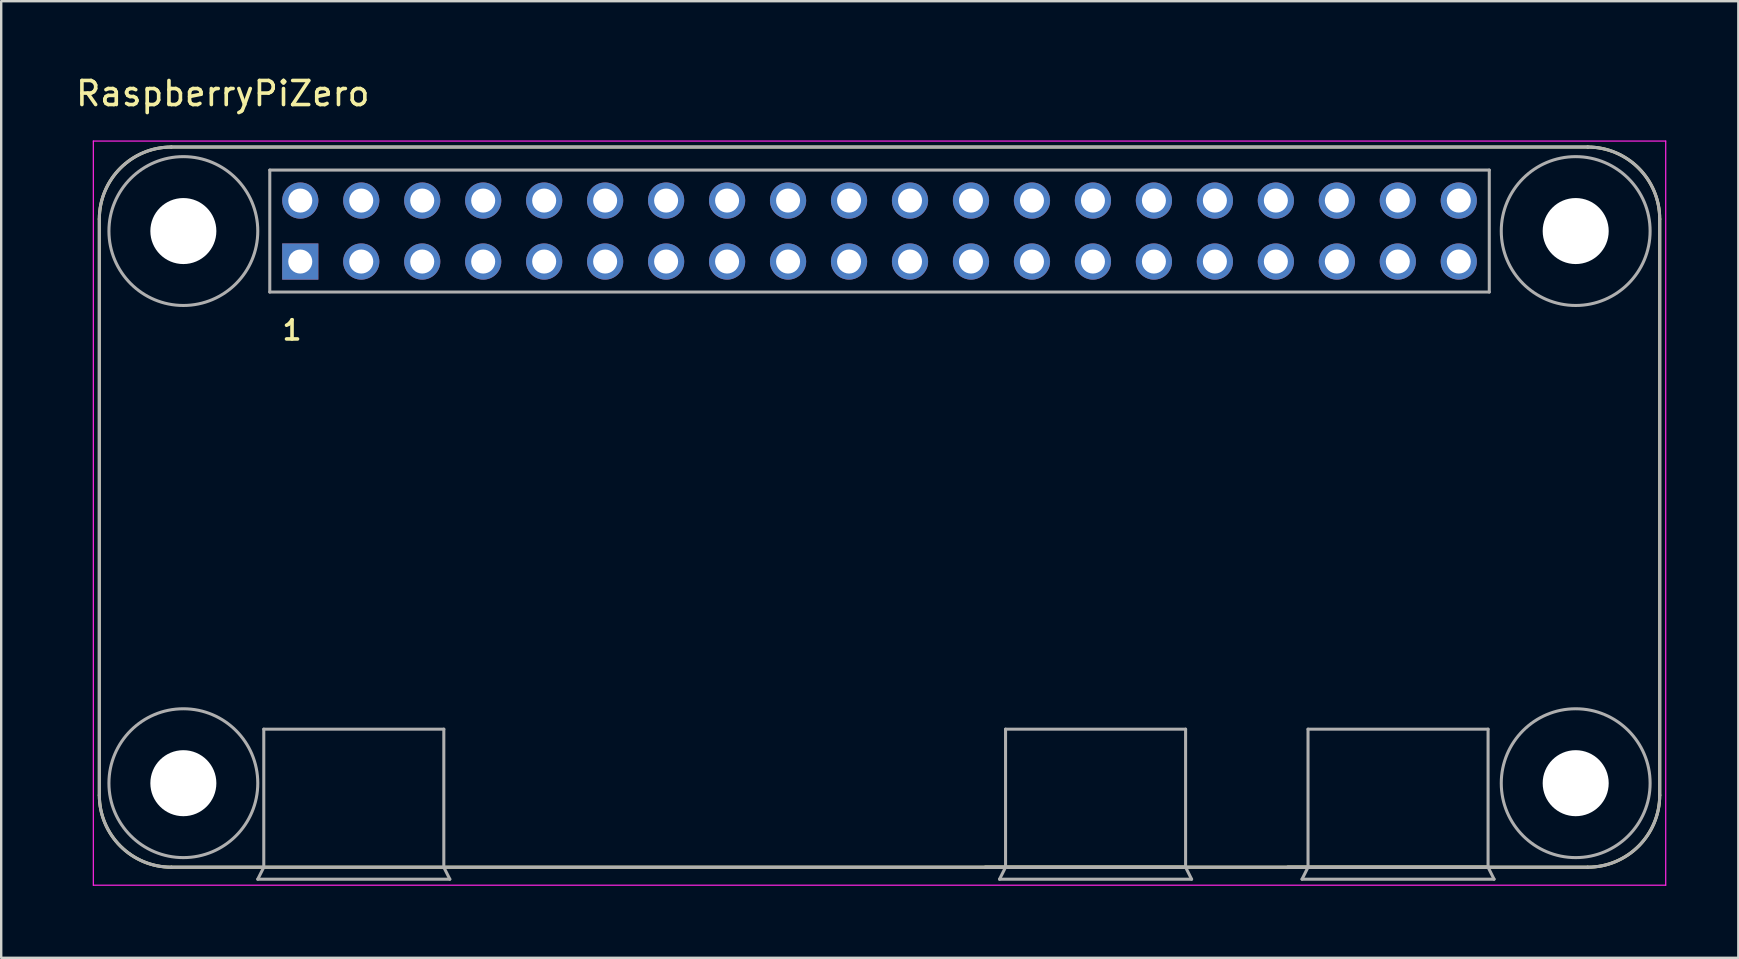
<source format=kicad_pcb>
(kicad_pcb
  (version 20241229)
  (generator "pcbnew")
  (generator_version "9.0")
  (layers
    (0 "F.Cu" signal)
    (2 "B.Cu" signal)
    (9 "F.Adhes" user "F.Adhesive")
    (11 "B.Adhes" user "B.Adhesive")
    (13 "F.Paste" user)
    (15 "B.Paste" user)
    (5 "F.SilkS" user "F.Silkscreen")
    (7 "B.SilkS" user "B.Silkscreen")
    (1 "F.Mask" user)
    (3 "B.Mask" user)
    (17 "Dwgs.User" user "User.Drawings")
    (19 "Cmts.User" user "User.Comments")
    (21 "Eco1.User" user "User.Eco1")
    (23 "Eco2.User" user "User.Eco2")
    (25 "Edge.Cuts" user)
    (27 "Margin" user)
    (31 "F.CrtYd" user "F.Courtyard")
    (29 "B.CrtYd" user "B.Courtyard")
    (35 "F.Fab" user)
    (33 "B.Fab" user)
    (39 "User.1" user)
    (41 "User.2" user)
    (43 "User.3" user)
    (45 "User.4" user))
  (footprint "RaspberryPiZero"
    (layer "F.Cu")
    (at 33.588 6.575)
    (property "Reference" "RaspberryPiZero" (at -27.357 -5.726 0) (layer "F.SilkS") (effects (font (size 1.002 1.002) (thickness 0.15))))
    (attr through_hole)
    (fp_line (start -32.5 -0.5) (end -32.5 23.5) (stroke (width 0.127) (type solid)) (layer "F.SilkS"))
    (fp_line (start -29.5 26.5) (end 29.5 26.5) (stroke (width 0.127) (type solid)) (layer "F.SilkS"))
    (fp_line (start 4.4 26.5) (end 12.75 26.5) (stroke (width 0.127) (type solid)) (layer "F.SilkS"))
    (fp_line (start 17 26.5) (end 25.35 26.5) (stroke (width 0.127) (type solid)) (layer "F.SilkS"))
    (fp_line (start 29.5 -3.5) (end -29.5 -3.5) (stroke (width 0.127) (type solid)) (layer "F.SilkS"))
    (fp_line (start 32.5 23.5) (end 32.5 -0.5) (stroke (width 0.127) (type solid)) (layer "F.SilkS"))
    (fp_arc (start -32.5 -0.5) (mid -31.62132 -2.62132) (end -29.5 -3.5) (stroke (width 0.127) (type solid)) (layer "F.SilkS"))
    (fp_arc (start -29.5 26.5) (mid -31.62132 25.62132) (end -32.5 23.5) (stroke (width 0.127) (type solid)) (layer "F.SilkS"))
    (fp_arc (start 29.5 -3.5) (mid 31.62132 -2.62132) (end 32.5 -0.5) (stroke (width 0.127) (type solid)) (layer "F.SilkS"))
    (fp_arc (start 32.5 23.5) (mid 31.62132 25.62132) (end 29.5 26.5) (stroke (width 0.127) (type solid)) (layer "F.SilkS"))
    (fp_line (start -32.75 -3.75) (end 32.75 -3.75) (stroke (width 0.05) (type solid)) (layer "F.CrtYd"))
    (fp_line (start -32.75 27.25) (end -32.75 -3.75) (stroke (width 0.05) (type solid)) (layer "F.CrtYd"))
    (fp_line (start 32.75 -3.75) (end 32.75 27.25) (stroke (width 0.05) (type solid)) (layer "F.CrtYd"))
    (fp_line (start 32.75 27.25) (end -32.75 27.25) (stroke (width 0.05) (type solid)) (layer "F.CrtYd"))
    (fp_line (start -32.5 -0.5) (end -32.5 23.5) (stroke (width 0.127) (type solid)) (layer "F.Fab"))
    (fp_line (start -29.5 26.5) (end -25.65 26.5) (stroke (width 0.127) (type solid)) (layer "F.Fab"))
    (fp_line (start -25.9 27) (end -17.9 27) (stroke (width 0.127) (type solid)) (layer "F.Fab"))
    (fp_line (start -25.65 20.75) (end -18.15 20.75) (stroke (width 0.127) (type solid)) (layer "F.Fab"))
    (fp_line (start -25.65 26.5) (end -25.9 27) (stroke (width 0.127) (type solid)) (layer "F.Fab"))
    (fp_line (start -25.65 26.5) (end -25.65 20.75) (stroke (width 0.127) (type solid)) (layer "F.Fab"))
    (fp_line (start -25.65 26.5) (end -18.15 26.5) (stroke (width 0.127) (type solid)) (layer "F.Fab"))
    (fp_line (start -25.4 -2.54) (end -25.4 2.54) (stroke (width 0.127) (type solid)) (layer "F.Fab"))
    (fp_line (start -25.4 2.54) (end 25.4 2.54) (stroke (width 0.127) (type solid)) (layer "F.Fab"))
    (fp_line (start -18.15 20.75) (end -18.15 26.5) (stroke (width 0.127) (type solid)) (layer "F.Fab"))
    (fp_line (start -18.15 26.5) (end 29.5 26.5) (stroke (width 0.127) (type solid)) (layer "F.Fab"))
    (fp_line (start -17.9 27) (end -18.15 26.5) (stroke (width 0.127) (type solid)) (layer "F.Fab"))
    (fp_line (start 4.4 26.5) (end 5.25 26.5) (stroke (width 0.127) (type solid)) (layer "F.Fab"))
    (fp_line (start 5 27) (end 13 27) (stroke (width 0.127) (type solid)) (layer "F.Fab"))
    (fp_line (start 5.25 20.75) (end 12.75 20.75) (stroke (width 0.127) (type solid)) (layer "F.Fab"))
    (fp_line (start 5.25 26.5) (end 5 27) (stroke (width 0.127) (type solid)) (layer "F.Fab"))
    (fp_line (start 5.25 26.5) (end 5.25 20.75) (stroke (width 0.127) (type solid)) (layer "F.Fab"))
    (fp_line (start 5.25 26.5) (end 12.75 26.5) (stroke (width 0.127) (type solid)) (layer "F.Fab"))
    (fp_line (start 12.75 20.75) (end 12.75 26.5) (stroke (width 0.127) (type solid)) (layer "F.Fab"))
    (fp_line (start 13 27) (end 12.75 26.5) (stroke (width 0.127) (type solid)) (layer "F.Fab"))
    (fp_line (start 17 26.5) (end 17.85 26.5) (stroke (width 0.127) (type solid)) (layer "F.Fab"))
    (fp_line (start 17.6 27) (end 25.6 27) (stroke (width 0.127) (type solid)) (layer "F.Fab"))
    (fp_line (start 17.85 20.75) (end 25.35 20.75) (stroke (width 0.127) (type solid)) (layer "F.Fab"))
    (fp_line (start 17.85 26.5) (end 17.6 27) (stroke (width 0.127) (type solid)) (layer "F.Fab"))
    (fp_line (start 17.85 26.5) (end 17.85 20.75) (stroke (width 0.127) (type solid)) (layer "F.Fab"))
    (fp_line (start 17.85 26.5) (end 25.35 26.5) (stroke (width 0.127) (type solid)) (layer "F.Fab"))
    (fp_line (start 25.35 20.75) (end 25.35 26.5) (stroke (width 0.127) (type solid)) (layer "F.Fab"))
    (fp_line (start 25.4 -2.54) (end -25.4 -2.54) (stroke (width 0.127) (type solid)) (layer "F.Fab"))
    (fp_line (start 25.4 2.54) (end 25.4 -2.54) (stroke (width 0.127) (type solid)) (layer "F.Fab"))
    (fp_line (start 25.6 27) (end 25.35 26.5) (stroke (width 0.127) (type solid)) (layer "F.Fab"))
    (fp_line (start 29.5 -3.5) (end -29.5 -3.5) (stroke (width 0.127) (type solid)) (layer "F.Fab"))
    (fp_line (start 32.5 23.5) (end 32.5 -0.5) (stroke (width 0.127) (type solid)) (layer "F.Fab"))
    (fp_arc (start -32.5 -0.5) (mid -31.62132 -2.62132) (end -29.5 -3.5) (stroke (width 0.127) (type solid)) (layer "F.Fab"))
    (fp_arc (start -29.5 26.5) (mid -31.62132 25.62132) (end -32.5 23.5) (stroke (width 0.127) (type solid)) (layer "F.Fab"))
    (fp_arc (start 29.5 -3.5) (mid 31.62132 -2.62132) (end 32.5 -0.5) (stroke (width 0.127) (type solid)) (layer "F.Fab"))
    (fp_arc (start 32.5 23.5) (mid 31.62132 25.62132) (end 29.5 26.5) (stroke (width 0.127) (type solid)) (layer "F.Fab"))
    (fp_circle (center -29 0) (end -25.9 0) (stroke (width 0.127) (type solid)) (fill no) (layer "F.Fab"))
    (fp_circle (center -29 23) (end -25.9 23) (stroke (width 0.127) (type solid)) (fill no) (layer "F.Fab"))
    (fp_circle (center 29 0) (end 32.1 0) (stroke (width 0.127) (type solid)) (fill no) (layer "F.Fab"))
    (fp_circle (center 29 23) (end 32.1 23) (stroke (width 0.127) (type solid)) (fill no) (layer "F.Fab"))
    (fp_text user "1" (at -24.473 4.132 0) (layer "F.SilkS") (effects (font (size 0.801 0.801) (thickness 0.15))))
    (pad "" np_thru_hole circle (at -29 0) (size 2.75 2.75) (drill 2.75) (layers "*.Cu" "*.Mask"))
    (pad "" np_thru_hole circle (at -29 23) (size 2.75 2.75) (drill 2.75) (layers "*.Cu" "*.Mask"))
    (pad "" np_thru_hole circle (at 29 0) (size 2.75 2.75) (drill 2.75) (layers "*.Cu" "*.Mask"))
    (pad "" np_thru_hole circle (at 29 23) (size 2.75 2.75) (drill 2.75) (layers "*.Cu" "*.Mask"))
    (pad "1" thru_hole rect (at -24.13 1.27) (size 1.508 1.508) (drill 1) (layers "*.Cu" "*.Mask"))
    (pad "2" thru_hole circle (at -24.13 -1.27) (size 1.508 1.508) (drill 1) (layers "*.Cu" "*.Mask"))
    (pad "3" thru_hole circle (at -21.59 1.27) (size 1.508 1.508) (drill 1) (layers "*.Cu" "*.Mask"))
    (pad "4" thru_hole circle (at -21.59 -1.27) (size 1.508 1.508) (drill 1) (layers "*.Cu" "*.Mask"))
    (pad "5" thru_hole circle (at -19.05 1.27) (size 1.508 1.508) (drill 1) (layers "*.Cu" "*.Mask"))
    (pad "6" thru_hole circle (at -19.05 -1.27) (size 1.508 1.508) (drill 1) (layers "*.Cu" "*.Mask"))
    (pad "7" thru_hole circle (at -16.51 1.27) (size 1.508 1.508) (drill 1) (layers "*.Cu" "*.Mask"))
    (pad "8" thru_hole circle (at -16.51 -1.27) (size 1.508 1.508) (drill 1) (layers "*.Cu" "*.Mask"))
    (pad "9" thru_hole circle (at -13.97 1.27) (size 1.508 1.508) (drill 1) (layers "*.Cu" "*.Mask"))
    (pad "10" thru_hole circle (at -13.97 -1.27) (size 1.508 1.508) (drill 1) (layers "*.Cu" "*.Mask"))
    (pad "11" thru_hole circle (at -11.43 1.27) (size 1.508 1.508) (drill 1) (layers "*.Cu" "*.Mask"))
    (pad "12" thru_hole circle (at -11.43 -1.27) (size 1.508 1.508) (drill 1) (layers "*.Cu" "*.Mask"))
    (pad "13" thru_hole circle (at -8.89 1.27) (size 1.508 1.508) (drill 1) (layers "*.Cu" "*.Mask"))
    (pad "14" thru_hole circle (at -8.89 -1.27) (size 1.508 1.508) (drill 1) (layers "*.Cu" "*.Mask"))
    (pad "15" thru_hole circle (at -6.35 1.27) (size 1.508 1.508) (drill 1) (layers "*.Cu" "*.Mask"))
    (pad "16" thru_hole circle (at -6.35 -1.27) (size 1.508 1.508) (drill 1) (layers "*.Cu" "*.Mask"))
    (pad "17" thru_hole circle (at -3.81 1.27) (size 1.508 1.508) (drill 1) (layers "*.Cu" "*.Mask"))
    (pad "18" thru_hole circle (at -3.81 -1.27) (size 1.508 1.508) (drill 1) (layers "*.Cu" "*.Mask"))
    (pad "19" thru_hole circle (at -1.27 1.27) (size 1.508 1.508) (drill 1) (layers "*.Cu" "*.Mask"))
    (pad "20" thru_hole circle (at -1.27 -1.27) (size 1.508 1.508) (drill 1) (layers "*.Cu" "*.Mask"))
    (pad "21" thru_hole circle (at 1.27 1.27) (size 1.508 1.508) (drill 1) (layers "*.Cu" "*.Mask"))
    (pad "22" thru_hole circle (at 1.27 -1.27) (size 1.508 1.508) (drill 1) (layers "*.Cu" "*.Mask"))
    (pad "23" thru_hole circle (at 3.81 1.27) (size 1.508 1.508) (drill 1) (layers "*.Cu" "*.Mask"))
    (pad "24" thru_hole circle (at 3.81 -1.27) (size 1.508 1.508) (drill 1) (layers "*.Cu" "*.Mask"))
    (pad "25" thru_hole circle (at 6.35 1.27) (size 1.508 1.508) (drill 1) (layers "*.Cu" "*.Mask"))
    (pad "26" thru_hole circle (at 6.35 -1.27) (size 1.508 1.508) (drill 1) (layers "*.Cu" "*.Mask"))
    (pad "27" thru_hole circle (at 8.89 1.27) (size 1.508 1.508) (drill 1) (layers "*.Cu" "*.Mask"))
    (pad "28" thru_hole circle (at 8.89 -1.27) (size 1.508 1.508) (drill 1) (layers "*.Cu" "*.Mask"))
    (pad "29" thru_hole circle (at 11.43 1.27) (size 1.508 1.508) (drill 1) (layers "*.Cu" "*.Mask"))
    (pad "30" thru_hole circle (at 11.43 -1.27) (size 1.508 1.508) (drill 1) (layers "*.Cu" "*.Mask"))
    (pad "31" thru_hole circle (at 13.97 1.27) (size 1.508 1.508) (drill 1) (layers "*.Cu" "*.Mask"))
    (pad "32" thru_hole circle (at 13.97 -1.27) (size 1.508 1.508) (drill 1) (layers "*.Cu" "*.Mask"))
    (pad "33" thru_hole circle (at 16.51 1.27) (size 1.508 1.508) (drill 1) (layers "*.Cu" "*.Mask"))
    (pad "34" thru_hole circle (at 16.51 -1.27) (size 1.508 1.508) (drill 1) (layers "*.Cu" "*.Mask"))
    (pad "35" thru_hole circle (at 19.05 1.27) (size 1.508 1.508) (drill 1) (layers "*.Cu" "*.Mask"))
    (pad "36" thru_hole circle (at 19.05 -1.27) (size 1.508 1.508) (drill 1) (layers "*.Cu" "*.Mask"))
    (pad "37" thru_hole circle (at 21.59 1.27) (size 1.508 1.508) (drill 1) (layers "*.Cu" "*.Mask"))
    (pad "38" thru_hole circle (at 21.59 -1.27) (size 1.508 1.508) (drill 1) (layers "*.Cu" "*.Mask"))
    (pad "39" thru_hole circle (at 24.13 1.27) (size 1.508 1.508) (drill 1) (layers "*.Cu" "*.Mask"))
    (pad "40" thru_hole circle (at 24.13 -1.27) (size 1.508 1.508) (drill 1) (layers "*.Cu" "*.Mask")))
  (gr_rect
    (start -3 -3)
    (end 69.363 36.85)
    (stroke (width 0.1) (type default))
    (fill no)
    (layer "Edge.Cuts")))
</source>
